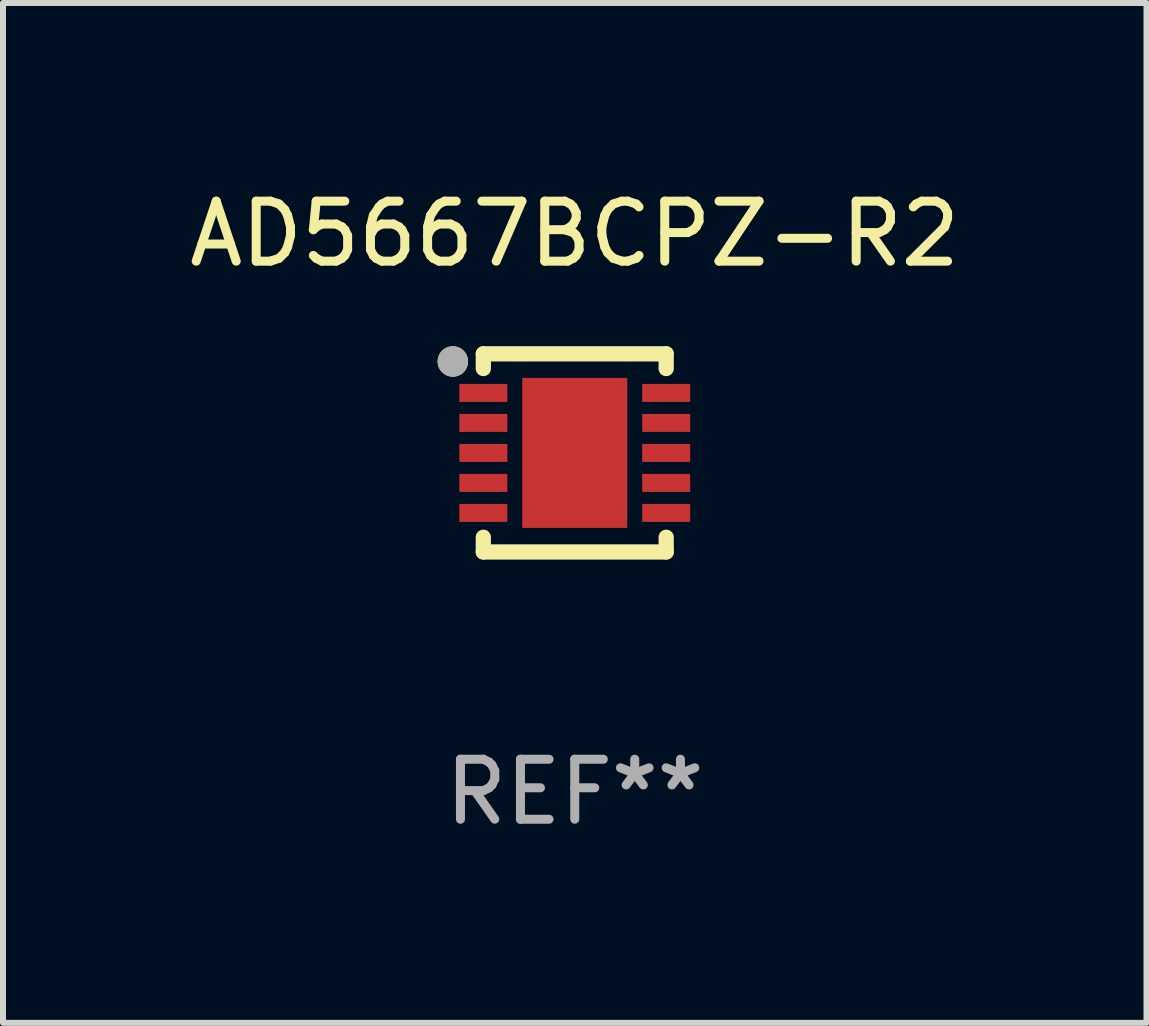
<source format=kicad_pcb>
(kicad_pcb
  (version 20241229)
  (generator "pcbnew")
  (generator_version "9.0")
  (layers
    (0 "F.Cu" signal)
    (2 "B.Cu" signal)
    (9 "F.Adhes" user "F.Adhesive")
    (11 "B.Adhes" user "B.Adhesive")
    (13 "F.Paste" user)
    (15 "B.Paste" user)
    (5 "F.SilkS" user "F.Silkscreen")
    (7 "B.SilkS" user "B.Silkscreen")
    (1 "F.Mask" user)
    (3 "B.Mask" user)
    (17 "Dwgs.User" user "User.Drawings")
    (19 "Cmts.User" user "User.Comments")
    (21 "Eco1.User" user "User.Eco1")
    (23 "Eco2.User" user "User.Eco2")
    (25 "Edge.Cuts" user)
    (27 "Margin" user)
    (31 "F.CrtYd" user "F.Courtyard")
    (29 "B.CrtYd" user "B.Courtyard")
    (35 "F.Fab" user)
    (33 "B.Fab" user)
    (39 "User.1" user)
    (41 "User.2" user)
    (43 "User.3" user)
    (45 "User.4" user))
  (footprint "AD5667BCPZ-R2"
    (layer "F.Cu")
    (at 6.53 4.499)
    (property "Reference" "AD5667BCPZ-R2" (at 0 -3.651 0) (layer "F.SilkS") (effects (font (size 1 1) (thickness 0.15))))
    (attr through_hole)
    (fp_line (start -1.524 -1.651) (end -1.524 -1.406) (stroke (width 0.254) (type solid)) (layer "F.SilkS"))
    (fp_line (start -1.524 1.406) (end -1.524 1.651) (stroke (width 0.254) (type solid)) (layer "F.SilkS"))
    (fp_line (start -1.524 1.651) (end 1.524 1.651) (stroke (width 0.254) (type solid)) (layer "F.SilkS"))
    (fp_line (start 1.524 -1.651) (end -1.524 -1.651) (stroke (width 0.254) (type solid)) (layer "F.SilkS"))
    (fp_line (start 1.524 -1.406) (end 1.524 -1.651) (stroke (width 0.254) (type solid)) (layer "F.SilkS"))
    (fp_line (start 1.524 1.651) (end 1.524 1.406) (stroke (width 0.254) (type solid)) (layer "F.SilkS"))
    (fp_circle (center -2.032 -1.524) (end -1.905 -1.524) (stroke (width 0.254) (type solid)) (fill no) (layer "F.SilkS"))
    (fp_circle (center -1.5 -1.5) (end -1.47 -1.5) (stroke (width 0.06) (type solid)) (fill no) (layer "F.SilkS"))
    (fp_circle (center -2.032 -1.524) (end -1.905 -1.524) (stroke (width 0.254) (type solid)) (fill no) (layer "F.Fab"))
    (fp_text user "REF**" (at 0 5.651 0) (layer "F.Fab") (effects (font (size 1 1) (thickness 0.15))))
    (pad "1" smd rect (at -1.524 -1) (size 0.8 0.3) (layers "F.Cu" "F.Mask" "F.Paste"))
    (pad "2" smd rect (at -1.524 -0.5) (size 0.8 0.3) (layers "F.Cu" "F.Mask" "F.Paste"))
    (pad "3" smd rect (at -1.524 -0.000127) (size 0.8 0.3) (layers "F.Cu" "F.Mask" "F.Paste"))
    (pad "4" smd rect (at -1.524 0.5) (size 0.8 0.3) (layers "F.Cu" "F.Mask" "F.Paste"))
    (pad "5" smd rect (at -1.524 1) (size 0.8 0.3) (layers "F.Cu" "F.Mask" "F.Paste"))
    (pad "6" smd rect (at 1.524 1) (size 0.8 0.3) (layers "F.Cu" "F.Mask" "F.Paste"))
    (pad "7" smd rect (at 1.524 0.5) (size 0.8 0.3) (layers "F.Cu" "F.Mask" "F.Paste"))
    (pad "8" smd rect (at 1.524 -0.000127) (size 0.8 0.3) (layers "F.Cu" "F.Mask" "F.Paste"))
    (pad "9" smd rect (at 1.524 -0.5) (size 0.8 0.3) (layers "F.Cu" "F.Mask" "F.Paste"))
    (pad "10" smd rect (at 1.524 -1) (size 0.8 0.3) (layers "F.Cu" "F.Mask" "F.Paste"))
    (pad "11" smd rect (at 0.000064 0) (size 1.75 2.5) (layers "F.Cu" "F.Mask" "F.Paste")))
  (gr_rect
    (start -3 -3)
    (end 16.06 13.999)
    (stroke (width 0.1) (type default))
    (fill no)
    (layer "Edge.Cuts")))
</source>
